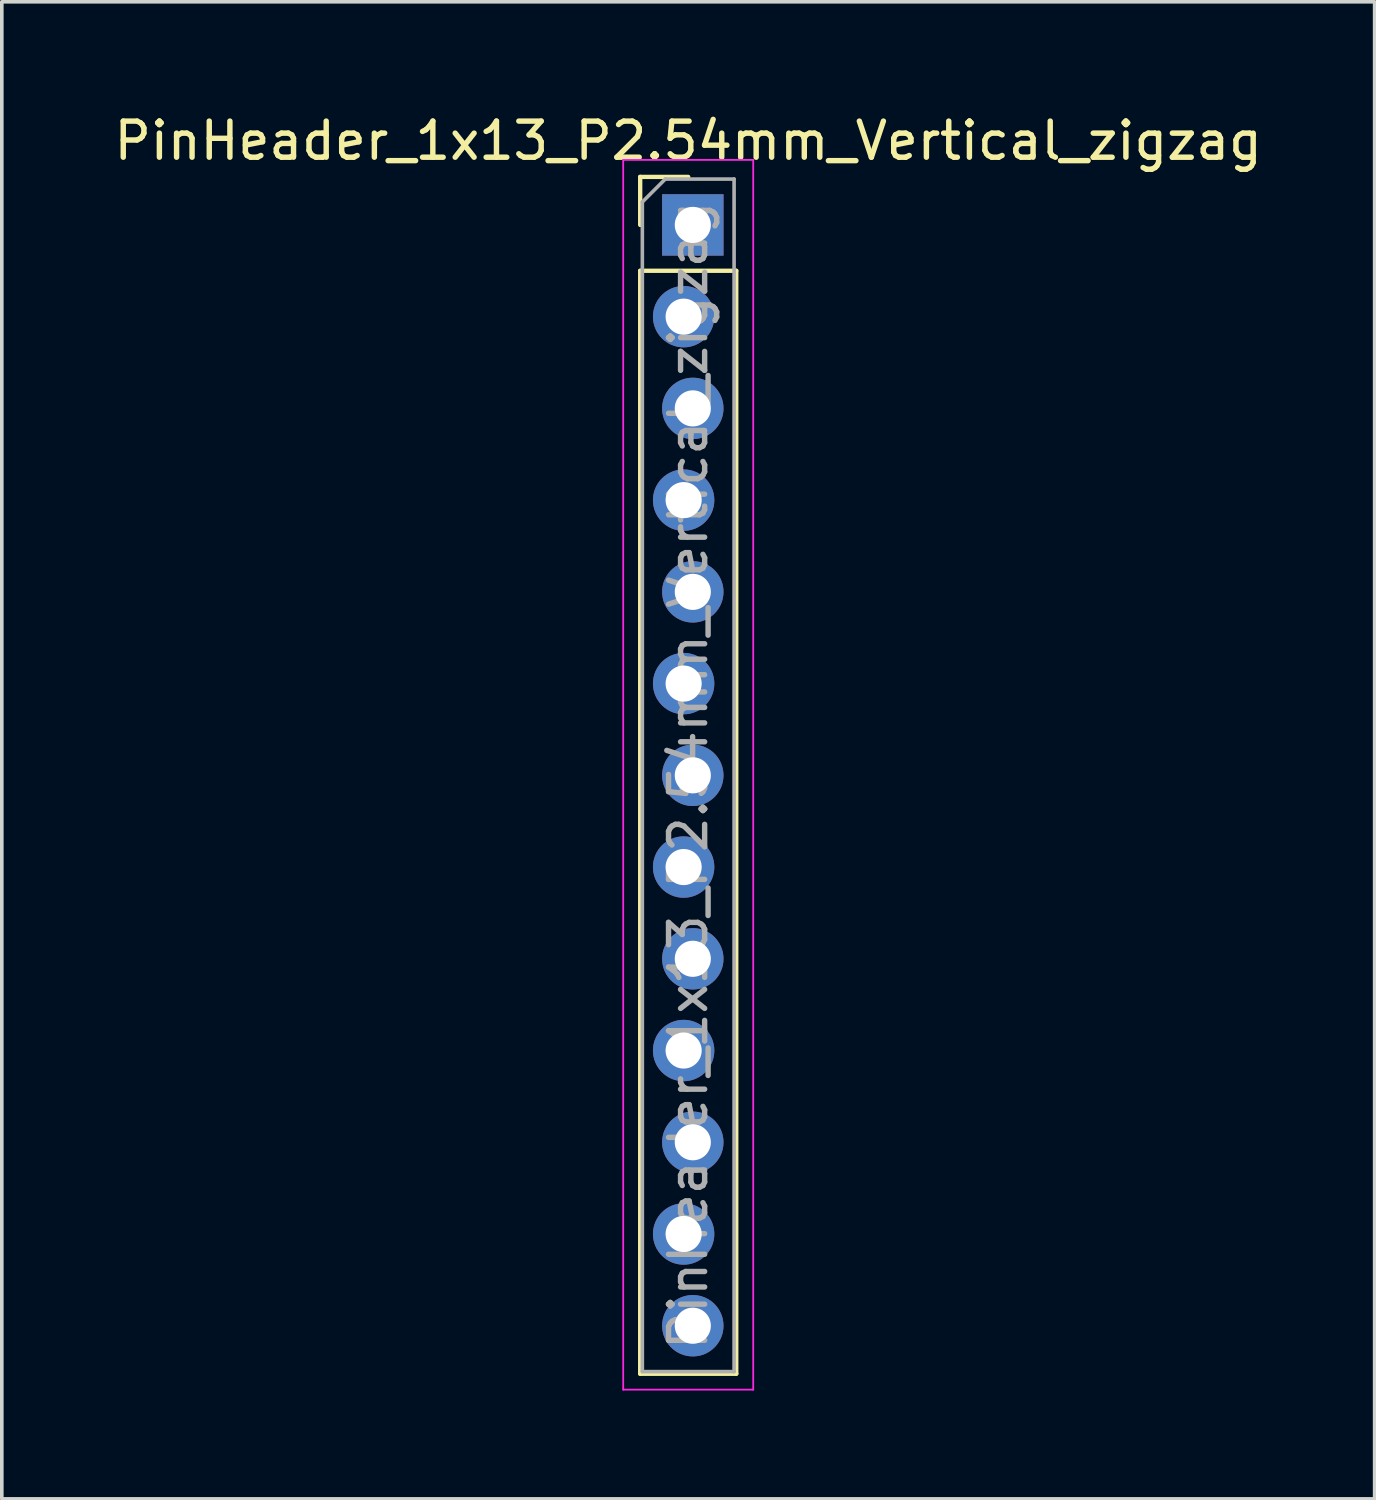
<source format=kicad_pcb>
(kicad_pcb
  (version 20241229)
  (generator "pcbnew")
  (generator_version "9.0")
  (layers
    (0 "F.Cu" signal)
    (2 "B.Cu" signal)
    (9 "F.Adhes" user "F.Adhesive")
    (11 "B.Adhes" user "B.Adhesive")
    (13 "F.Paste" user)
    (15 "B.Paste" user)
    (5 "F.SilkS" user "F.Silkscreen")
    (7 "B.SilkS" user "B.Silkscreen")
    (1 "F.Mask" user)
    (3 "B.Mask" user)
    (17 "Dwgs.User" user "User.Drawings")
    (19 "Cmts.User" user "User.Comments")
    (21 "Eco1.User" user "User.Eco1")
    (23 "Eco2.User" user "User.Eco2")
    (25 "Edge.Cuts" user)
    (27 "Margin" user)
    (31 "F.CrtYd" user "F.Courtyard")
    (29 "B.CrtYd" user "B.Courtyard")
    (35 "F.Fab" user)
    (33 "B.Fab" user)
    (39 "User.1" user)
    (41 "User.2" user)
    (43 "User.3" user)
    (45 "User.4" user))
  (footprint "PinHeader_1x13_P2.54mm_Vertical_zigzag"
    (layer "F.Cu")
    (at 16.006 3.178)
    (property "Reference" "PinHeader_1x13_P2.54mm_Vertical_zigzag" (at 0 -2.33 0) (layer "F.SilkS") (effects (font (size 1 1) (thickness 0.15))))
    (attr through_hole)
    (fp_line (start -1.33 -1.33) (end 0 -1.33) (stroke (width 0.12) (type solid)) (layer "F.SilkS"))
    (fp_line (start -1.33 0) (end -1.33 -1.33) (stroke (width 0.12) (type solid)) (layer "F.SilkS"))
    (fp_line (start -1.33 1.27) (end -1.33 31.81) (stroke (width 0.12) (type solid)) (layer "F.SilkS"))
    (fp_line (start -1.33 1.27) (end 1.33 1.27) (stroke (width 0.12) (type solid)) (layer "F.SilkS"))
    (fp_line (start -1.33 31.81) (end 1.33 31.81) (stroke (width 0.12) (type solid)) (layer "F.SilkS"))
    (fp_line (start 1.33 1.27) (end 1.33 31.81) (stroke (width 0.12) (type solid)) (layer "F.SilkS"))
    (fp_line (start -1.8 -1.8) (end -1.8 32.25) (stroke (width 0.05) (type solid)) (layer "F.CrtYd"))
    (fp_line (start -1.8 32.25) (end 1.8 32.25) (stroke (width 0.05) (type solid)) (layer "F.CrtYd"))
    (fp_line (start 1.8 -1.8) (end -1.8 -1.8) (stroke (width 0.05) (type solid)) (layer "F.CrtYd"))
    (fp_line (start 1.8 32.25) (end 1.8 -1.8) (stroke (width 0.05) (type solid)) (layer "F.CrtYd"))
    (fp_line (start -1.27 -0.635) (end -0.635 -1.27) (stroke (width 0.1) (type solid)) (layer "F.Fab"))
    (fp_line (start -1.27 31.75) (end -1.27 -0.635) (stroke (width 0.1) (type solid)) (layer "F.Fab"))
    (fp_line (start -0.635 -1.27) (end 1.27 -1.27) (stroke (width 0.1) (type solid)) (layer "F.Fab"))
    (fp_line (start 1.27 -1.27) (end 1.27 31.75) (stroke (width 0.1) (type solid)) (layer "F.Fab"))
    (fp_line (start 1.27 31.75) (end -1.27 31.75) (stroke (width 0.1) (type solid)) (layer "F.Fab"))
    (fp_text user "${REFERENCE}" (at 0 15.24 90) (layer "F.Fab") (effects (font (size 1 1) (thickness 0.15))))
    (pad "1" thru_hole rect (at 0.127 0) (size 1.7 1.7) (drill 1) (layers "*.Cu" "*.Mask"))
    (pad "2" thru_hole oval (at -0.127 2.54) (size 1.7 1.7) (drill 1) (layers "*.Cu" "*.Mask"))
    (pad "3" thru_hole oval (at 0.127 5.08) (size 1.7 1.7) (drill 1) (layers "*.Cu" "*.Mask"))
    (pad "4" thru_hole oval (at -0.127 7.62) (size 1.7 1.7) (drill 1) (layers "*.Cu" "*.Mask"))
    (pad "5" thru_hole oval (at 0.127 10.16) (size 1.7 1.7) (drill 1) (layers "*.Cu" "*.Mask"))
    (pad "6" thru_hole oval (at -0.127 12.7) (size 1.7 1.7) (drill 1) (layers "*.Cu" "*.Mask"))
    (pad "7" thru_hole oval (at 0.127 15.24) (size 1.7 1.7) (drill 1) (layers "*.Cu" "*.Mask"))
    (pad "8" thru_hole oval (at -0.127 17.78) (size 1.7 1.7) (drill 1) (layers "*.Cu" "*.Mask"))
    (pad "9" thru_hole oval (at 0.127 20.32) (size 1.7 1.7) (drill 1) (layers "*.Cu" "*.Mask"))
    (pad "10" thru_hole oval (at -0.127 22.86) (size 1.7 1.7) (drill 1) (layers "*.Cu" "*.Mask"))
    (pad "11" thru_hole oval (at 0.127 25.4) (size 1.7 1.7) (drill 1) (layers "*.Cu" "*.Mask"))
    (pad "12" thru_hole oval (at -0.127 27.94) (size 1.7 1.7) (drill 1) (layers "*.Cu" "*.Mask"))
    (pad "13" thru_hole oval (at 0.127 30.48) (size 1.7 1.7) (drill 1) (layers "*.Cu" "*.Mask")))
  (gr_rect
    (start -3 -3)
    (end 35.012 38.453)
    (stroke (width 0.1) (type default))
    (fill no)
    (layer "Edge.Cuts")))
</source>
